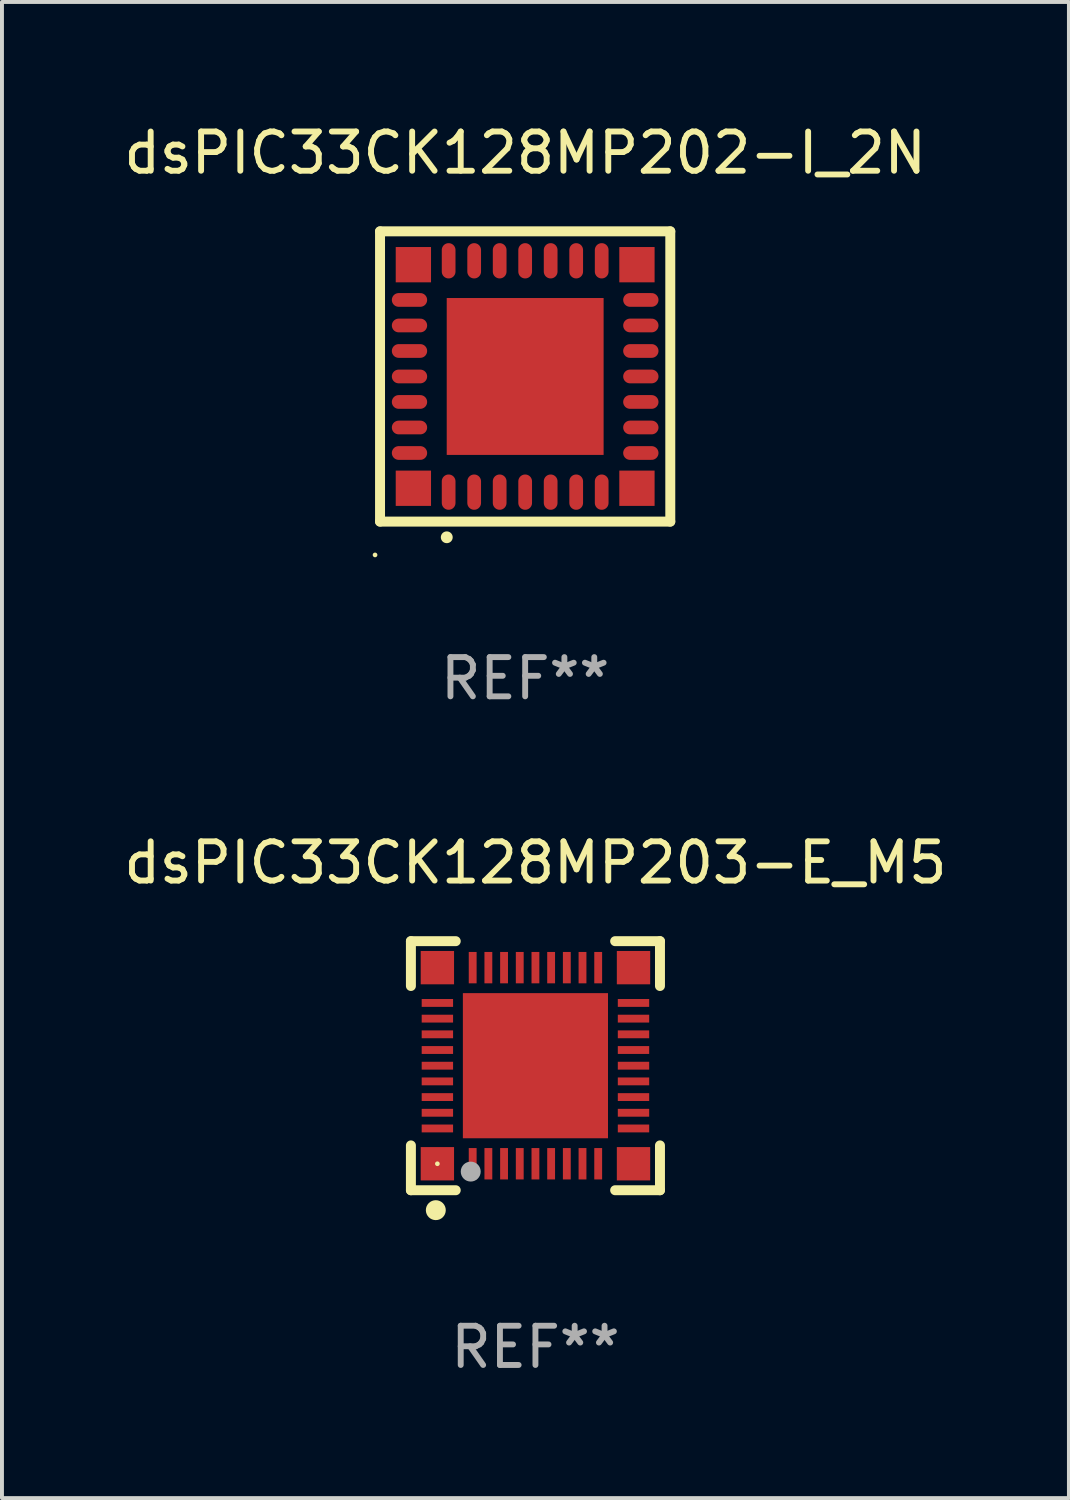
<source format=kicad_pcb>
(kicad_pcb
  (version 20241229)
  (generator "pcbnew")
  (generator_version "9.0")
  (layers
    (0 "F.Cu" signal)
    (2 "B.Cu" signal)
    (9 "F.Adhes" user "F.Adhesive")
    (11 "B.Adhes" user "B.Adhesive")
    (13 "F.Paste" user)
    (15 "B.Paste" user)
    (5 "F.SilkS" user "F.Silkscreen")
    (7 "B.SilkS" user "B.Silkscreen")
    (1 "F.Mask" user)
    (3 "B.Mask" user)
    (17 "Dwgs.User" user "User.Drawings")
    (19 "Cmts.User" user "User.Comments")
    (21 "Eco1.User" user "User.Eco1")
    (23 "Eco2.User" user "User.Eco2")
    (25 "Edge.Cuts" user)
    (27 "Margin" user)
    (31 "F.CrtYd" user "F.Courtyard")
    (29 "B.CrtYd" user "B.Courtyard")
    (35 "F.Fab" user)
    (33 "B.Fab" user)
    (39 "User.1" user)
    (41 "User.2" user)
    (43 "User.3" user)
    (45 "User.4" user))
  (footprint "dsPIC33CK128MP203-E_M5"
    (layer "F.Cu")
    (at 10.601 24.12)
    (property "Reference" "dsPIC33CK128MP203-E_M5" (at 0 -5.175 0) (layer "F.SilkS") (effects (font (size 1 1) (thickness 0.15))))
    (attr through_hole)
    (fp_line (start -3.175 -3.175) (end -2.032 -3.175) (stroke (width 0.254) (type solid)) (layer "F.SilkS"))
    (fp_line (start -3.175 -2.032) (end -3.175 -3.175) (stroke (width 0.254) (type solid)) (layer "F.SilkS"))
    (fp_line (start -3.175 3.175) (end -3.175 2.032) (stroke (width 0.254) (type solid)) (layer "F.SilkS"))
    (fp_line (start -2.032 3.175) (end -3.175 3.175) (stroke (width 0.254) (type solid)) (layer "F.SilkS"))
    (fp_line (start 2.032 -3.175) (end 3.175 -3.175) (stroke (width 0.254) (type solid)) (layer "F.SilkS"))
    (fp_line (start 3.175 -3.175) (end 3.175 -2.032) (stroke (width 0.254) (type solid)) (layer "F.SilkS"))
    (fp_line (start 3.175 2.032) (end 3.175 3.175) (stroke (width 0.254) (type solid)) (layer "F.SilkS"))
    (fp_line (start 3.175 3.175) (end 2.032 3.175) (stroke (width 0.254) (type solid)) (layer "F.SilkS"))
    (fp_circle (center -2.54 3.683) (end -2.413 3.683) (stroke (width 0.254) (type solid)) (fill no) (layer "F.SilkS"))
    (fp_circle (center -2.5 2.5) (end -2.47 2.5) (stroke (width 0.06) (type solid)) (fill no) (layer "F.SilkS"))
    (fp_circle (center -1.65 2.7) (end -1.523 2.7) (stroke (width 0.254) (type solid)) (fill no) (layer "F.Fab"))
    (fp_text user "REF**" (at 0 7.175 0) (layer "F.Fab") (effects (font (size 1 1) (thickness 0.15))))
    (pad "1" smd rect (at -1.6 2.5) (size 0.2 0.8) (layers "F.Cu" "F.Mask" "F.Paste"))
    (pad "2" smd rect (at -1.2 2.5) (size 0.2 0.8) (layers "F.Cu" "F.Mask" "F.Paste"))
    (pad "3" smd rect (at -0.8 2.5) (size 0.2 0.8) (layers "F.Cu" "F.Mask" "F.Paste"))
    (pad "4" smd rect (at -0.4 2.5) (size 0.2 0.8) (layers "F.Cu" "F.Mask" "F.Paste"))
    (pad "5" smd rect (at -0.000051 2.5) (size 0.2 0.8) (layers "F.Cu" "F.Mask" "F.Paste"))
    (pad "6" smd rect (at 0.4 2.5) (size 0.2 0.8) (layers "F.Cu" "F.Mask" "F.Paste"))
    (pad "7" smd rect (at 0.8 2.5) (size 0.2 0.8) (layers "F.Cu" "F.Mask" "F.Paste"))
    (pad "8" smd rect (at 1.2 2.5) (size 0.2 0.8) (layers "F.Cu" "F.Mask" "F.Paste"))
    (pad "9" smd rect (at 1.6 2.5) (size 0.2 0.8) (layers "F.Cu" "F.Mask" "F.Paste"))
    (pad "10" smd rect (at 2.5 1.6 90) (size 0.2 0.8) (layers "F.Cu" "F.Mask" "F.Paste"))
    (pad "11" smd rect (at 2.5 1.2 90) (size 0.2 0.8) (layers "F.Cu" "F.Mask" "F.Paste"))
    (pad "12" smd rect (at 2.5 0.8 90) (size 0.2 0.8) (layers "F.Cu" "F.Mask" "F.Paste"))
    (pad "13" smd rect (at 2.5 0.4 90) (size 0.2 0.8) (layers "F.Cu" "F.Mask" "F.Paste"))
    (pad "14" smd rect (at 2.5 -0.000051 90) (size 0.2 0.8) (layers "F.Cu" "F.Mask" "F.Paste"))
    (pad "15" smd rect (at 2.5 -0.4 90) (size 0.2 0.8) (layers "F.Cu" "F.Mask" "F.Paste"))
    (pad "16" smd rect (at 2.5 -0.8 90) (size 0.2 0.8) (layers "F.Cu" "F.Mask" "F.Paste"))
    (pad "17" smd rect (at 2.5 -1.2 90) (size 0.2 0.8) (layers "F.Cu" "F.Mask" "F.Paste"))
    (pad "18" smd rect (at 2.5 -1.6 90) (size 0.2 0.8) (layers "F.Cu" "F.Mask" "F.Paste"))
    (pad "19" smd rect (at 1.6 -2.5 180) (size 0.2 0.8) (layers "F.Cu" "F.Mask" "F.Paste"))
    (pad "20" smd rect (at 1.2 -2.5 180) (size 0.2 0.8) (layers "F.Cu" "F.Mask" "F.Paste"))
    (pad "21" smd rect (at 0.8 -2.5 180) (size 0.2 0.8) (layers "F.Cu" "F.Mask" "F.Paste"))
    (pad "22" smd rect (at 0.4 -2.5 180) (size 0.2 0.8) (layers "F.Cu" "F.Mask" "F.Paste"))
    (pad "23" smd rect (at -0.000051 -2.5 180) (size 0.2 0.8) (layers "F.Cu" "F.Mask" "F.Paste"))
    (pad "24" smd rect (at -0.4 -2.5 180) (size 0.2 0.8) (layers "F.Cu" "F.Mask" "F.Paste"))
    (pad "25" smd rect (at -0.8 -2.5 180) (size 0.2 0.8) (layers "F.Cu" "F.Mask" "F.Paste"))
    (pad "26" smd rect (at -1.2 -2.5 180) (size 0.2 0.8) (layers "F.Cu" "F.Mask" "F.Paste"))
    (pad "27" smd rect (at -1.6 -2.5 180) (size 0.2 0.8) (layers "F.Cu" "F.Mask" "F.Paste"))
    (pad "28" smd rect (at -2.5 -1.6 270) (size 0.2 0.8) (layers "F.Cu" "F.Mask" "F.Paste"))
    (pad "29" smd rect (at -2.5 -1.2 270) (size 0.2 0.8) (layers "F.Cu" "F.Mask" "F.Paste"))
    (pad "30" smd rect (at -2.5 -0.8 270) (size 0.2 0.8) (layers "F.Cu" "F.Mask" "F.Paste"))
    (pad "31" smd rect (at -2.5 -0.4 270) (size 0.2 0.8) (layers "F.Cu" "F.Mask" "F.Paste"))
    (pad "32" smd rect (at -2.5 -0.000051 270) (size 0.2 0.8) (layers "F.Cu" "F.Mask" "F.Paste"))
    (pad "33" smd rect (at -2.5 0.4 270) (size 0.2 0.8) (layers "F.Cu" "F.Mask" "F.Paste"))
    (pad "34" smd rect (at -2.5 0.8 270) (size 0.2 0.8) (layers "F.Cu" "F.Mask" "F.Paste"))
    (pad "35" smd rect (at -2.5 1.2 270) (size 0.2 0.8) (layers "F.Cu" "F.Mask" "F.Paste"))
    (pad "36" smd rect (at -2.5 1.6 270) (size 0.2 0.8) (layers "F.Cu" "F.Mask" "F.Paste"))
    (pad "37" smd rect (at -2.5 -2.5) (size 0.85 0.85) (layers "F.Cu" "F.Mask" "F.Paste"))
    (pad "37" smd rect (at -2.5 2.5) (size 0.85 0.85) (layers "F.Cu" "F.Mask" "F.Paste"))
    (pad "37" smd rect (at -0.000051 -0.000051) (size 3.7 3.7) (layers "F.Cu" "F.Mask" "F.Paste"))
    (pad "37" smd rect (at 2.5 -2.5) (size 0.85 0.85) (layers "F.Cu" "F.Mask" "F.Paste"))
    (pad "37" smd rect (at 2.5 2.5) (size 0.85 0.85) (layers "F.Cu" "F.Mask" "F.Paste")))
  (footprint "dsPIC33CK128MP202-I_2N"
    (layer "F.Cu")
    (at 10.339 6.548)
    (property "Reference" "dsPIC33CK128MP202-I_2N" (at 0 -5.7 0) (layer "F.SilkS") (effects (font (size 1 1) (thickness 0.15))))
    (attr through_hole)
    (fp_line (start -3.7 -3.7) (end 3.7 -3.7) (stroke (width 0.254) (type solid)) (layer "F.SilkS"))
    (fp_line (start -3.7 3.7) (end -3.7 -3.7) (stroke (width 0.254) (type solid)) (layer "F.SilkS"))
    (fp_line (start 3.7 -3.7) (end 3.7 3.7) (stroke (width 0.254) (type solid)) (layer "F.SilkS"))
    (fp_line (start 3.7 3.7) (end -3.7 3.7) (stroke (width 0.254) (type solid)) (layer "F.SilkS"))
    (fp_arc (start -2 4.1) (mid -1.99873 4.099995) (end -1.99746 4.1) (stroke (width 0.3) (type solid)) (layer "F.SilkS"))
    (fp_circle (center -3.827 4.55) (end -3.797 4.55) (stroke (width 0.06) (type solid)) (fill no) (layer "F.SilkS"))
    (fp_text user "REF**" (at 0 7.7 0) (layer "F.Fab") (effects (font (size 1 1) (thickness 0.15))))
    (pad "1" smd oval (at -1.951 2.949 180) (size 0.35 0.9) (layers "F.Cu" "F.Mask" "F.Paste"))
    (pad "2" smd oval (at -1.3 2.949 180) (size 0.35 0.9) (layers "F.Cu" "F.Mask" "F.Paste"))
    (pad "3" smd oval (at -0.65 2.949 180) (size 0.35 0.9) (layers "F.Cu" "F.Mask" "F.Paste"))
    (pad "4" smd oval (at 0.000051 2.949 180) (size 0.35 0.9) (layers "F.Cu" "F.Mask" "F.Paste"))
    (pad "5" smd oval (at 0.65 2.949 180) (size 0.35 0.9) (layers "F.Cu" "F.Mask" "F.Paste"))
    (pad "6" smd oval (at 1.301 2.949 180) (size 0.35 0.9) (layers "F.Cu" "F.Mask" "F.Paste"))
    (pad "7" smd oval (at 1.951 2.949 180) (size 0.35 0.9) (layers "F.Cu" "F.Mask" "F.Paste"))
    (pad "8" smd oval (at 2.949 1.951 90) (size 0.35 0.9) (layers "F.Cu" "F.Mask" "F.Paste"))
    (pad "9" smd oval (at 2.949 1.301 90) (size 0.35 0.9) (layers "F.Cu" "F.Mask" "F.Paste"))
    (pad "10" smd oval (at 2.949 0.65 90) (size 0.35 0.9) (layers "F.Cu" "F.Mask" "F.Paste"))
    (pad "11" smd oval (at 2.949 0.000051 90) (size 0.35 0.9) (layers "F.Cu" "F.Mask" "F.Paste"))
    (pad "12" smd oval (at 2.949 -0.65 90) (size 0.35 0.9) (layers "F.Cu" "F.Mask" "F.Paste"))
    (pad "13" smd oval (at 2.949 -1.3 90) (size 0.35 0.9) (layers "F.Cu" "F.Mask" "F.Paste"))
    (pad "14" smd oval (at 2.949 -1.951 90) (size 0.35 0.9) (layers "F.Cu" "F.Mask" "F.Paste"))
    (pad "15" smd oval (at 1.951 -2.949 180) (size 0.35 0.9) (layers "F.Cu" "F.Mask" "F.Paste"))
    (pad "16" smd oval (at 1.301 -2.949 180) (size 0.35 0.9) (layers "F.Cu" "F.Mask" "F.Paste"))
    (pad "17" smd oval (at 0.65 -2.949 180) (size 0.35 0.9) (layers "F.Cu" "F.Mask" "F.Paste"))
    (pad "18" smd oval (at 0.000051 -2.949 180) (size 0.35 0.9) (layers "F.Cu" "F.Mask" "F.Paste"))
    (pad "19" smd oval (at -0.65 -2.949 180) (size 0.35 0.9) (layers "F.Cu" "F.Mask" "F.Paste"))
    (pad "20" smd oval (at -1.3 -2.949 180) (size 0.35 0.9) (layers "F.Cu" "F.Mask" "F.Paste"))
    (pad "21" smd oval (at -1.951 -2.949 180) (size 0.35 0.9) (layers "F.Cu" "F.Mask" "F.Paste"))
    (pad "22" smd oval (at -2.949 -1.951 90) (size 0.35 0.9) (layers "F.Cu" "F.Mask" "F.Paste"))
    (pad "23" smd oval (at -2.949 -1.3 90) (size 0.35 0.9) (layers "F.Cu" "F.Mask" "F.Paste"))
    (pad "24" smd oval (at -2.949 -0.65 90) (size 0.35 0.9) (layers "F.Cu" "F.Mask" "F.Paste"))
    (pad "25" smd oval (at -2.949 0.000051 90) (size 0.35 0.9) (layers "F.Cu" "F.Mask" "F.Paste"))
    (pad "26" smd oval (at -2.949 0.65 90) (size 0.35 0.9) (layers "F.Cu" "F.Mask" "F.Paste"))
    (pad "27" smd oval (at -2.949 1.301 90) (size 0.35 0.9) (layers "F.Cu" "F.Mask" "F.Paste"))
    (pad "28" smd oval (at -2.949 1.951 90) (size 0.35 0.9) (layers "F.Cu" "F.Mask" "F.Paste"))
    (pad "29" smd rect (at -2.85 -2.85 90) (size 0.9 0.9) (layers "F.Cu" "F.Mask" "F.Paste"))
    (pad "29" smd rect (at -2.85 2.85 90) (size 0.9 0.9) (layers "F.Cu" "F.Mask" "F.Paste"))
    (pad "29" smd rect (at 0.000051 0.000051 90) (size 4 4) (layers "F.Cu" "F.Mask" "F.Paste"))
    (pad "29" smd rect (at 2.85 -2.85 90) (size 0.9 0.9) (layers "F.Cu" "F.Mask" "F.Paste"))
    (pad "29" smd rect (at 2.85 2.85 90) (size 0.9 0.9) (layers "F.Cu" "F.Mask" "F.Paste")))
  (gr_rect
    (start -3 -3)
    (end 24.202 35.143)
    (stroke (width 0.1) (type default))
    (fill no)
    (layer "Edge.Cuts")))
</source>
